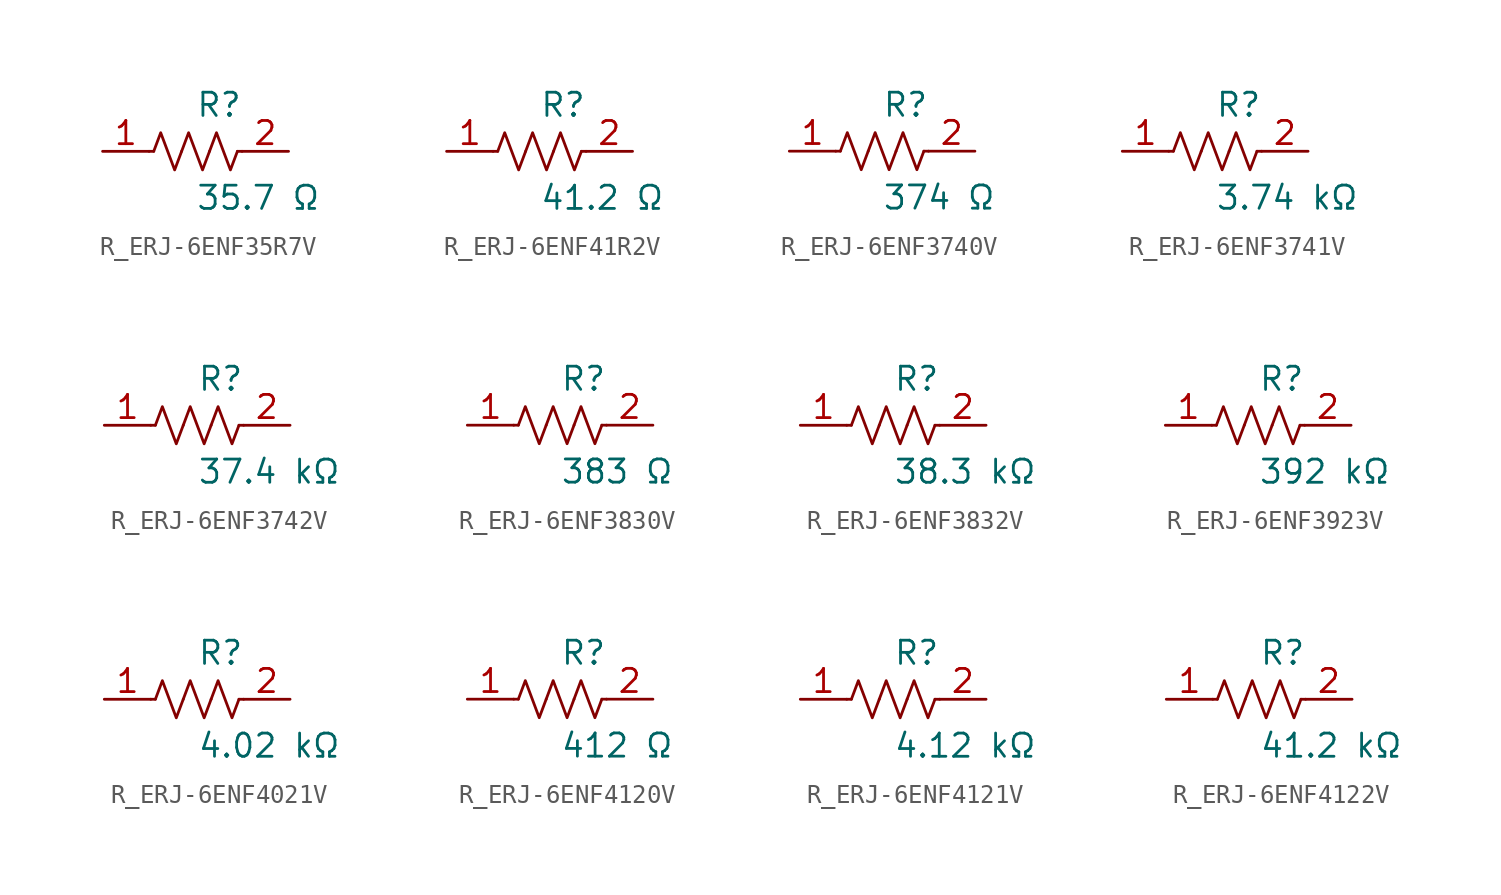
<source format=kicad_sym>
(kicad_symbol_lib
  (version 20231120)
  (generator kicad_symbol_editor)
  (generator_version 8.0)
  (symbol "R_ERJ-6ENF35R7V"
    (pin_names
      (offset 0.254))
    (property "Reference" "R"
      (at 0.0 2.54 0)
      (effects (font (size 1.27 1.27)) (justify left)))
    (property "Value" "35.7 Ω"
      (at 0.0 -2.54 0)
      (effects (font (size 1.27 1.27)) (justify left)))
    (symbol "R_ERJ-6ENF35R7V_0_1"
      (polyline (pts (xy 2.286 0) (xy 2.54 0)) (stroke (width 0) (type default)) (fill (type none)))
      (polyline (pts (xy -2.286 0) (xy -2.54 0)) (stroke (width 0) (type default)) (fill (type none)))
      (polyline (pts (xy 0.762 0) (xy 1.143 1.016) (xy 1.524 0) (xy 1.905 -1.016) (xy 2.286 0)) (stroke (width 0) (type default)) (fill (type none)))
      (polyline (pts (xy -0.762 0) (xy -0.381 1.016) (xy 0 0) (xy 0.381 -1.016) (xy 0.762 0)) (stroke (width 0) (type default)) (fill (type none)))
      (polyline (pts (xy -2.286 0) (xy -1.905 1.016) (xy -1.524 0) (xy -1.143 -1.016) (xy -0.762 0)) (stroke (width 0) (type default)) (fill (type none))))
    (pin unspecified line
      (at -5.08 0 0)
      (length 2.54)
      (name "" (effects (font (size 1.27 1.27))))
      (number "1" (effects (font (size 1.27 1.27)))))
    (pin unspecified line
      (at 5.08 0 180)
      (length 2.54)
      (name "" (effects (font (size 1.27 1.27))))
      (number "2" (effects (font (size 1.27 1.27))))))
  (symbol "R_ERJ-6ENF41R2V"
    (pin_names
      (offset 0.254))
    (property "Reference" "R"
      (at 0.0 2.54 0)
      (effects (font (size 1.27 1.27)) (justify left)))
    (property "Value" "41.2 Ω"
      (at 0.0 -2.54 0)
      (effects (font (size 1.27 1.27)) (justify left)))
    (symbol "R_ERJ-6ENF41R2V_0_1"
      (polyline (pts (xy 2.286 0) (xy 2.54 0)) (stroke (width 0) (type default)) (fill (type none)))
      (polyline (pts (xy -2.286 0) (xy -2.54 0)) (stroke (width 0) (type default)) (fill (type none)))
      (polyline (pts (xy 0.762 0) (xy 1.143 1.016) (xy 1.524 0) (xy 1.905 -1.016) (xy 2.286 0)) (stroke (width 0) (type default)) (fill (type none)))
      (polyline (pts (xy -0.762 0) (xy -0.381 1.016) (xy 0 0) (xy 0.381 -1.016) (xy 0.762 0)) (stroke (width 0) (type default)) (fill (type none)))
      (polyline (pts (xy -2.286 0) (xy -1.905 1.016) (xy -1.524 0) (xy -1.143 -1.016) (xy -0.762 0)) (stroke (width 0) (type default)) (fill (type none))))
    (pin unspecified line
      (at -5.08 0 0)
      (length 2.54)
      (name "" (effects (font (size 1.27 1.27))))
      (number "1" (effects (font (size 1.27 1.27)))))
    (pin unspecified line
      (at 5.08 0 180)
      (length 2.54)
      (name "" (effects (font (size 1.27 1.27))))
      (number "2" (effects (font (size 1.27 1.27))))))
  (symbol "R_ERJ-6ENF3740V"
    (pin_names
      (offset 0.254))
    (property "Reference" "R"
      (at 0.0 2.54 0)
      (effects (font (size 1.27 1.27)) (justify left)))
    (property "Value" "374 Ω"
      (at 0.0 -2.54 0)
      (effects (font (size 1.27 1.27)) (justify left)))
    (symbol "R_ERJ-6ENF3740V_0_1"
      (polyline (pts (xy 2.286 0) (xy 2.54 0)) (stroke (width 0) (type default)) (fill (type none)))
      (polyline (pts (xy -2.286 0) (xy -2.54 0)) (stroke (width 0) (type default)) (fill (type none)))
      (polyline (pts (xy 0.762 0) (xy 1.143 1.016) (xy 1.524 0) (xy 1.905 -1.016) (xy 2.286 0)) (stroke (width 0) (type default)) (fill (type none)))
      (polyline (pts (xy -0.762 0) (xy -0.381 1.016) (xy 0 0) (xy 0.381 -1.016) (xy 0.762 0)) (stroke (width 0) (type default)) (fill (type none)))
      (polyline (pts (xy -2.286 0) (xy -1.905 1.016) (xy -1.524 0) (xy -1.143 -1.016) (xy -0.762 0)) (stroke (width 0) (type default)) (fill (type none))))
    (pin unspecified line
      (at -5.08 0 0)
      (length 2.54)
      (name "" (effects (font (size 1.27 1.27))))
      (number "1" (effects (font (size 1.27 1.27)))))
    (pin unspecified line
      (at 5.08 0 180)
      (length 2.54)
      (name "" (effects (font (size 1.27 1.27))))
      (number "2" (effects (font (size 1.27 1.27))))))
  (symbol "R_ERJ-6ENF3741V"
    (pin_names
      (offset 0.254))
    (property "Reference" "R"
      (at 0.0 2.54 0)
      (effects (font (size 1.27 1.27)) (justify left)))
    (property "Value" "3.74 kΩ"
      (at 0.0 -2.54 0)
      (effects (font (size 1.27 1.27)) (justify left)))
    (symbol "R_ERJ-6ENF3741V_0_1"
      (polyline (pts (xy 2.286 0) (xy 2.54 0)) (stroke (width 0) (type default)) (fill (type none)))
      (polyline (pts (xy -2.286 0) (xy -2.54 0)) (stroke (width 0) (type default)) (fill (type none)))
      (polyline (pts (xy 0.762 0) (xy 1.143 1.016) (xy 1.524 0) (xy 1.905 -1.016) (xy 2.286 0)) (stroke (width 0) (type default)) (fill (type none)))
      (polyline (pts (xy -0.762 0) (xy -0.381 1.016) (xy 0 0) (xy 0.381 -1.016) (xy 0.762 0)) (stroke (width 0) (type default)) (fill (type none)))
      (polyline (pts (xy -2.286 0) (xy -1.905 1.016) (xy -1.524 0) (xy -1.143 -1.016) (xy -0.762 0)) (stroke (width 0) (type default)) (fill (type none))))
    (pin unspecified line
      (at -5.08 0 0)
      (length 2.54)
      (name "" (effects (font (size 1.27 1.27))))
      (number "1" (effects (font (size 1.27 1.27)))))
    (pin unspecified line
      (at 5.08 0 180)
      (length 2.54)
      (name "" (effects (font (size 1.27 1.27))))
      (number "2" (effects (font (size 1.27 1.27))))))
  (symbol "R_ERJ-6ENF3742V"
    (pin_names
      (offset 0.254))
    (property "Reference" "R"
      (at 0.0 2.54 0)
      (effects (font (size 1.27 1.27)) (justify left)))
    (property "Value" "37.4 kΩ"
      (at 0.0 -2.54 0)
      (effects (font (size 1.27 1.27)) (justify left)))
    (symbol "R_ERJ-6ENF3742V_0_1"
      (polyline (pts (xy 2.286 0) (xy 2.54 0)) (stroke (width 0) (type default)) (fill (type none)))
      (polyline (pts (xy -2.286 0) (xy -2.54 0)) (stroke (width 0) (type default)) (fill (type none)))
      (polyline (pts (xy 0.762 0) (xy 1.143 1.016) (xy 1.524 0) (xy 1.905 -1.016) (xy 2.286 0)) (stroke (width 0) (type default)) (fill (type none)))
      (polyline (pts (xy -0.762 0) (xy -0.381 1.016) (xy 0 0) (xy 0.381 -1.016) (xy 0.762 0)) (stroke (width 0) (type default)) (fill (type none)))
      (polyline (pts (xy -2.286 0) (xy -1.905 1.016) (xy -1.524 0) (xy -1.143 -1.016) (xy -0.762 0)) (stroke (width 0) (type default)) (fill (type none))))
    (pin unspecified line
      (at -5.08 0 0)
      (length 2.54)
      (name "" (effects (font (size 1.27 1.27))))
      (number "1" (effects (font (size 1.27 1.27)))))
    (pin unspecified line
      (at 5.08 0 180)
      (length 2.54)
      (name "" (effects (font (size 1.27 1.27))))
      (number "2" (effects (font (size 1.27 1.27))))))
  (symbol "R_ERJ-6ENF3830V"
    (pin_names
      (offset 0.254))
    (property "Reference" "R"
      (at 0.0 2.54 0)
      (effects (font (size 1.27 1.27)) (justify left)))
    (property "Value" "383 Ω"
      (at 0.0 -2.54 0)
      (effects (font (size 1.27 1.27)) (justify left)))
    (symbol "R_ERJ-6ENF3830V_0_1"
      (polyline (pts (xy 2.286 0) (xy 2.54 0)) (stroke (width 0) (type default)) (fill (type none)))
      (polyline (pts (xy -2.286 0) (xy -2.54 0)) (stroke (width 0) (type default)) (fill (type none)))
      (polyline (pts (xy 0.762 0) (xy 1.143 1.016) (xy 1.524 0) (xy 1.905 -1.016) (xy 2.286 0)) (stroke (width 0) (type default)) (fill (type none)))
      (polyline (pts (xy -0.762 0) (xy -0.381 1.016) (xy 0 0) (xy 0.381 -1.016) (xy 0.762 0)) (stroke (width 0) (type default)) (fill (type none)))
      (polyline (pts (xy -2.286 0) (xy -1.905 1.016) (xy -1.524 0) (xy -1.143 -1.016) (xy -0.762 0)) (stroke (width 0) (type default)) (fill (type none))))
    (pin unspecified line
      (at -5.08 0 0)
      (length 2.54)
      (name "" (effects (font (size 1.27 1.27))))
      (number "1" (effects (font (size 1.27 1.27)))))
    (pin unspecified line
      (at 5.08 0 180)
      (length 2.54)
      (name "" (effects (font (size 1.27 1.27))))
      (number "2" (effects (font (size 1.27 1.27))))))
  (symbol "R_ERJ-6ENF3832V"
    (pin_names
      (offset 0.254))
    (property "Reference" "R"
      (at 0.0 2.54 0)
      (effects (font (size 1.27 1.27)) (justify left)))
    (property "Value" "38.3 kΩ"
      (at 0.0 -2.54 0)
      (effects (font (size 1.27 1.27)) (justify left)))
    (symbol "R_ERJ-6ENF3832V_0_1"
      (polyline (pts (xy 2.286 0) (xy 2.54 0)) (stroke (width 0) (type default)) (fill (type none)))
      (polyline (pts (xy -2.286 0) (xy -2.54 0)) (stroke (width 0) (type default)) (fill (type none)))
      (polyline (pts (xy 0.762 0) (xy 1.143 1.016) (xy 1.524 0) (xy 1.905 -1.016) (xy 2.286 0)) (stroke (width 0) (type default)) (fill (type none)))
      (polyline (pts (xy -0.762 0) (xy -0.381 1.016) (xy 0 0) (xy 0.381 -1.016) (xy 0.762 0)) (stroke (width 0) (type default)) (fill (type none)))
      (polyline (pts (xy -2.286 0) (xy -1.905 1.016) (xy -1.524 0) (xy -1.143 -1.016) (xy -0.762 0)) (stroke (width 0) (type default)) (fill (type none))))
    (pin unspecified line
      (at -5.08 0 0)
      (length 2.54)
      (name "" (effects (font (size 1.27 1.27))))
      (number "1" (effects (font (size 1.27 1.27)))))
    (pin unspecified line
      (at 5.08 0 180)
      (length 2.54)
      (name "" (effects (font (size 1.27 1.27))))
      (number "2" (effects (font (size 1.27 1.27))))))
  (symbol "R_ERJ-6ENF3923V"
    (pin_names
      (offset 0.254))
    (property "Reference" "R"
      (at 0.0 2.54 0)
      (effects (font (size 1.27 1.27)) (justify left)))
    (property "Value" "392 kΩ"
      (at 0.0 -2.54 0)
      (effects (font (size 1.27 1.27)) (justify left)))
    (symbol "R_ERJ-6ENF3923V_0_1"
      (polyline (pts (xy 2.286 0) (xy 2.54 0)) (stroke (width 0) (type default)) (fill (type none)))
      (polyline (pts (xy -2.286 0) (xy -2.54 0)) (stroke (width 0) (type default)) (fill (type none)))
      (polyline (pts (xy 0.762 0) (xy 1.143 1.016) (xy 1.524 0) (xy 1.905 -1.016) (xy 2.286 0)) (stroke (width 0) (type default)) (fill (type none)))
      (polyline (pts (xy -0.762 0) (xy -0.381 1.016) (xy 0 0) (xy 0.381 -1.016) (xy 0.762 0)) (stroke (width 0) (type default)) (fill (type none)))
      (polyline (pts (xy -2.286 0) (xy -1.905 1.016) (xy -1.524 0) (xy -1.143 -1.016) (xy -0.762 0)) (stroke (width 0) (type default)) (fill (type none))))
    (pin unspecified line
      (at -5.08 0 0)
      (length 2.54)
      (name "" (effects (font (size 1.27 1.27))))
      (number "1" (effects (font (size 1.27 1.27)))))
    (pin unspecified line
      (at 5.08 0 180)
      (length 2.54)
      (name "" (effects (font (size 1.27 1.27))))
      (number "2" (effects (font (size 1.27 1.27))))))
  (symbol "R_ERJ-6ENF4021V"
    (pin_names
      (offset 0.254))
    (property "Reference" "R"
      (at 0.0 2.54 0)
      (effects (font (size 1.27 1.27)) (justify left)))
    (property "Value" "4.02 kΩ"
      (at 0.0 -2.54 0)
      (effects (font (size 1.27 1.27)) (justify left)))
    (symbol "R_ERJ-6ENF4021V_0_1"
      (polyline (pts (xy 2.286 0) (xy 2.54 0)) (stroke (width 0) (type default)) (fill (type none)))
      (polyline (pts (xy -2.286 0) (xy -2.54 0)) (stroke (width 0) (type default)) (fill (type none)))
      (polyline (pts (xy 0.762 0) (xy 1.143 1.016) (xy 1.524 0) (xy 1.905 -1.016) (xy 2.286 0)) (stroke (width 0) (type default)) (fill (type none)))
      (polyline (pts (xy -0.762 0) (xy -0.381 1.016) (xy 0 0) (xy 0.381 -1.016) (xy 0.762 0)) (stroke (width 0) (type default)) (fill (type none)))
      (polyline (pts (xy -2.286 0) (xy -1.905 1.016) (xy -1.524 0) (xy -1.143 -1.016) (xy -0.762 0)) (stroke (width 0) (type default)) (fill (type none))))
    (pin unspecified line
      (at -5.08 0 0)
      (length 2.54)
      (name "" (effects (font (size 1.27 1.27))))
      (number "1" (effects (font (size 1.27 1.27)))))
    (pin unspecified line
      (at 5.08 0 180)
      (length 2.54)
      (name "" (effects (font (size 1.27 1.27))))
      (number "2" (effects (font (size 1.27 1.27))))))
  (symbol "R_ERJ-6ENF4120V"
    (pin_names
      (offset 0.254))
    (property "Reference" "R"
      (at 0.0 2.54 0)
      (effects (font (size 1.27 1.27)) (justify left)))
    (property "Value" "412 Ω"
      (at 0.0 -2.54 0)
      (effects (font (size 1.27 1.27)) (justify left)))
    (symbol "R_ERJ-6ENF4120V_0_1"
      (polyline (pts (xy 2.286 0) (xy 2.54 0)) (stroke (width 0) (type default)) (fill (type none)))
      (polyline (pts (xy -2.286 0) (xy -2.54 0)) (stroke (width 0) (type default)) (fill (type none)))
      (polyline (pts (xy 0.762 0) (xy 1.143 1.016) (xy 1.524 0) (xy 1.905 -1.016) (xy 2.286 0)) (stroke (width 0) (type default)) (fill (type none)))
      (polyline (pts (xy -0.762 0) (xy -0.381 1.016) (xy 0 0) (xy 0.381 -1.016) (xy 0.762 0)) (stroke (width 0) (type default)) (fill (type none)))
      (polyline (pts (xy -2.286 0) (xy -1.905 1.016) (xy -1.524 0) (xy -1.143 -1.016) (xy -0.762 0)) (stroke (width 0) (type default)) (fill (type none))))
    (pin unspecified line
      (at -5.08 0 0)
      (length 2.54)
      (name "" (effects (font (size 1.27 1.27))))
      (number "1" (effects (font (size 1.27 1.27)))))
    (pin unspecified line
      (at 5.08 0 180)
      (length 2.54)
      (name "" (effects (font (size 1.27 1.27))))
      (number "2" (effects (font (size 1.27 1.27))))))
  (symbol "R_ERJ-6ENF4121V"
    (pin_names
      (offset 0.254))
    (property "Reference" "R"
      (at 0.0 2.54 0)
      (effects (font (size 1.27 1.27)) (justify left)))
    (property "Value" "4.12 kΩ"
      (at 0.0 -2.54 0)
      (effects (font (size 1.27 1.27)) (justify left)))
    (symbol "R_ERJ-6ENF4121V_0_1"
      (polyline (pts (xy 2.286 0) (xy 2.54 0)) (stroke (width 0) (type default)) (fill (type none)))
      (polyline (pts (xy -2.286 0) (xy -2.54 0)) (stroke (width 0) (type default)) (fill (type none)))
      (polyline (pts (xy 0.762 0) (xy 1.143 1.016) (xy 1.524 0) (xy 1.905 -1.016) (xy 2.286 0)) (stroke (width 0) (type default)) (fill (type none)))
      (polyline (pts (xy -0.762 0) (xy -0.381 1.016) (xy 0 0) (xy 0.381 -1.016) (xy 0.762 0)) (stroke (width 0) (type default)) (fill (type none)))
      (polyline (pts (xy -2.286 0) (xy -1.905 1.016) (xy -1.524 0) (xy -1.143 -1.016) (xy -0.762 0)) (stroke (width 0) (type default)) (fill (type none))))
    (pin unspecified line
      (at -5.08 0 0)
      (length 2.54)
      (name "" (effects (font (size 1.27 1.27))))
      (number "1" (effects (font (size 1.27 1.27)))))
    (pin unspecified line
      (at 5.08 0 180)
      (length 2.54)
      (name "" (effects (font (size 1.27 1.27))))
      (number "2" (effects (font (size 1.27 1.27))))))
  (symbol "R_ERJ-6ENF4122V"
    (pin_names
      (offset 0.254))
    (property "Reference" "R"
      (at 0.0 2.54 0)
      (effects (font (size 1.27 1.27)) (justify left)))
    (property "Value" "41.2 kΩ"
      (at 0.0 -2.54 0)
      (effects (font (size 1.27 1.27)) (justify left)))
    (symbol "R_ERJ-6ENF4122V_0_1"
      (polyline (pts (xy 2.286 0) (xy 2.54 0)) (stroke (width 0) (type default)) (fill (type none)))
      (polyline (pts (xy -2.286 0) (xy -2.54 0)) (stroke (width 0) (type default)) (fill (type none)))
      (polyline (pts (xy 0.762 0) (xy 1.143 1.016) (xy 1.524 0) (xy 1.905 -1.016) (xy 2.286 0)) (stroke (width 0) (type default)) (fill (type none)))
      (polyline (pts (xy -0.762 0) (xy -0.381 1.016) (xy 0 0) (xy 0.381 -1.016) (xy 0.762 0)) (stroke (width 0) (type default)) (fill (type none)))
      (polyline (pts (xy -2.286 0) (xy -1.905 1.016) (xy -1.524 0) (xy -1.143 -1.016) (xy -0.762 0)) (stroke (width 0) (type default)) (fill (type none))))
    (pin unspecified line
      (at -5.08 0 0)
      (length 2.54)
      (name "" (effects (font (size 1.27 1.27))))
      (number "1" (effects (font (size 1.27 1.27)))))
    (pin unspecified line
      (at 5.08 0 180)
      (length 2.54)
      (name "" (effects (font (size 1.27 1.27))))
      (number "2" (effects (font (size 1.27 1.27)))))))
</source>
